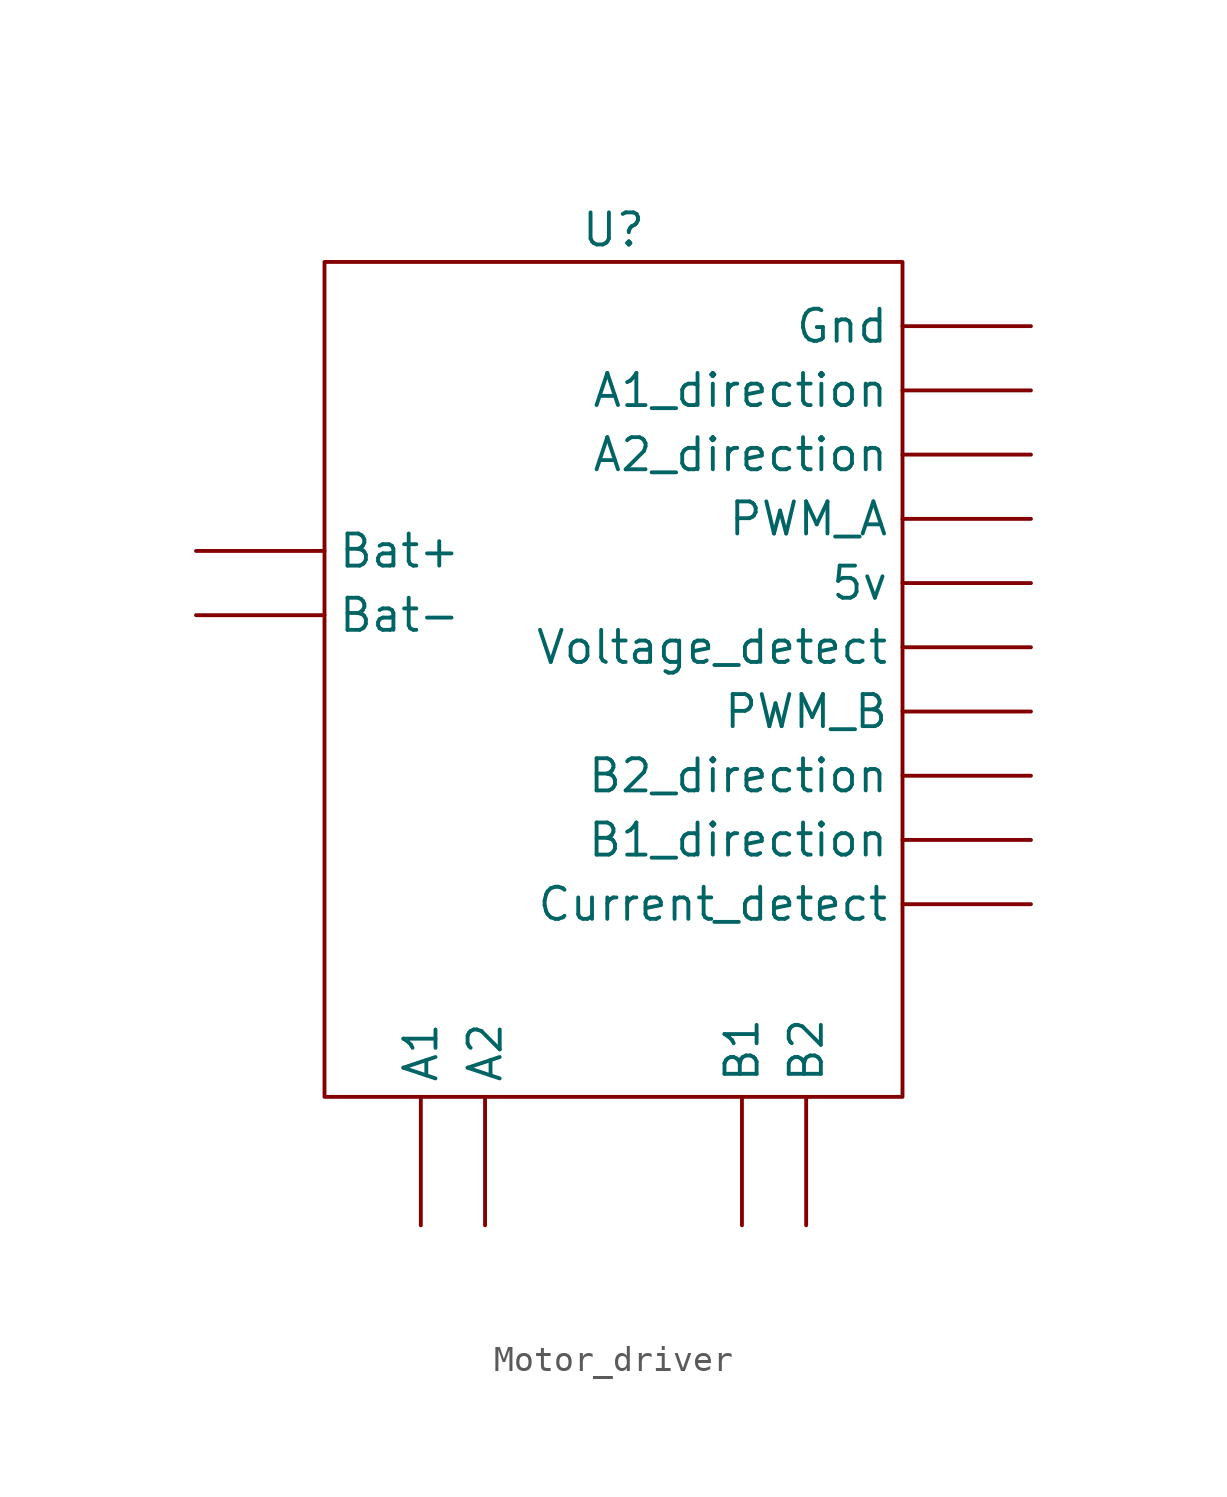
<source format=kicad_sym>
(kicad_symbol_lib
  (version 20241209)
  (generator "kicad_symbol_editor")
  (generator_version "9.0")
  (symbol "Motor_driver"
    (property "Reference" "U"
      (at 0 16.51 0)
      (effects (font (size 1.27 1.27))))
    (property "Value" ""
      (at 0 0 0)
      (effects (font (size 1.27 1.27))))
    (symbol "Motor_driver_0_1"
      (rectangle (start -11.43 15.24) (end 11.43 -17.78) (stroke (width 0) (type default)) (fill (type none))))
    (symbol "Motor_driver_1_1"
      (pin power_in line (at -16.51 3.81 0) (length 5.08) (name "Bat+" (effects (font (size 1.27 1.27)))) (number "" (effects (font (size 1.27 1.27)))))
      (pin power_in line (at -16.51 1.27 0) (length 5.08) (name "Bat-" (effects (font (size 1.27 1.27)))) (number "" (effects (font (size 1.27 1.27)))))
      (pin power_out line (at -7.62 -22.86 90) (length 5.08) (name "A1" (effects (font (size 1.27 1.27)))) (number "" (effects (font (size 1.27 1.27)))))
      (pin power_out line (at -5.08 -22.86 90) (length 5.08) (name "A2" (effects (font (size 1.27 1.27)))) (number "" (effects (font (size 1.27 1.27)))))
      (pin power_out line (at 5.08 -22.86 90) (length 5.08) (name "B1" (effects (font (size 1.27 1.27)))) (number "" (effects (font (size 1.27 1.27)))))
      (pin power_out line (at 7.62 -22.86 90) (length 5.08) (name "B2" (effects (font (size 1.27 1.27)))) (number "" (effects (font (size 1.27 1.27)))))
      (pin power_in line (at 16.51 12.7 180) (length 5.08) (name "Gnd" (effects (font (size 1.27 1.27)))) (number "" (effects (font (size 1.27 1.27)))))
      (pin input line (at 16.51 10.16 180) (length 5.08) (name "A1_direction" (effects (font (size 1.27 1.27)))) (number "" (effects (font (size 1.27 1.27)))))
      (pin input line (at 16.51 7.62 180) (length 5.08) (name "A2_direction" (effects (font (size 1.27 1.27)))) (number "" (effects (font (size 1.27 1.27)))))
      (pin input line (at 16.51 5.08 180) (length 5.08) (name "PWM_A" (effects (font (size 1.27 1.27)))) (number "" (effects (font (size 1.27 1.27)))))
      (pin power_in line (at 16.51 2.54 180) (length 5.08) (name "5v" (effects (font (size 1.27 1.27)))) (number "" (effects (font (size 1.27 1.27)))))
      (pin output line (at 16.51 0 180) (length 5.08) (name "Voltage_detect" (effects (font (size 1.27 1.27)))) (number "" (effects (font (size 1.27 1.27)))))
      (pin input line (at 16.51 -2.54 180) (length 5.08) (name "PWM_B" (effects (font (size 1.27 1.27)))) (number "" (effects (font (size 1.27 1.27)))))
      (pin input line (at 16.51 -5.08 180) (length 5.08) (name "B2_direction" (effects (font (size 1.27 1.27)))) (number "" (effects (font (size 1.27 1.27)))))
      (pin input line (at 16.51 -7.62 180) (length 5.08) (name "B1_direction" (effects (font (size 1.27 1.27)))) (number "" (effects (font (size 1.27 1.27)))))
      (pin output line (at 16.51 -10.16 180) (length 5.08) (name "Current_detect" (effects (font (size 1.27 1.27)))) (number "" (effects (font (size 1.27 1.27))))))))
</source>
